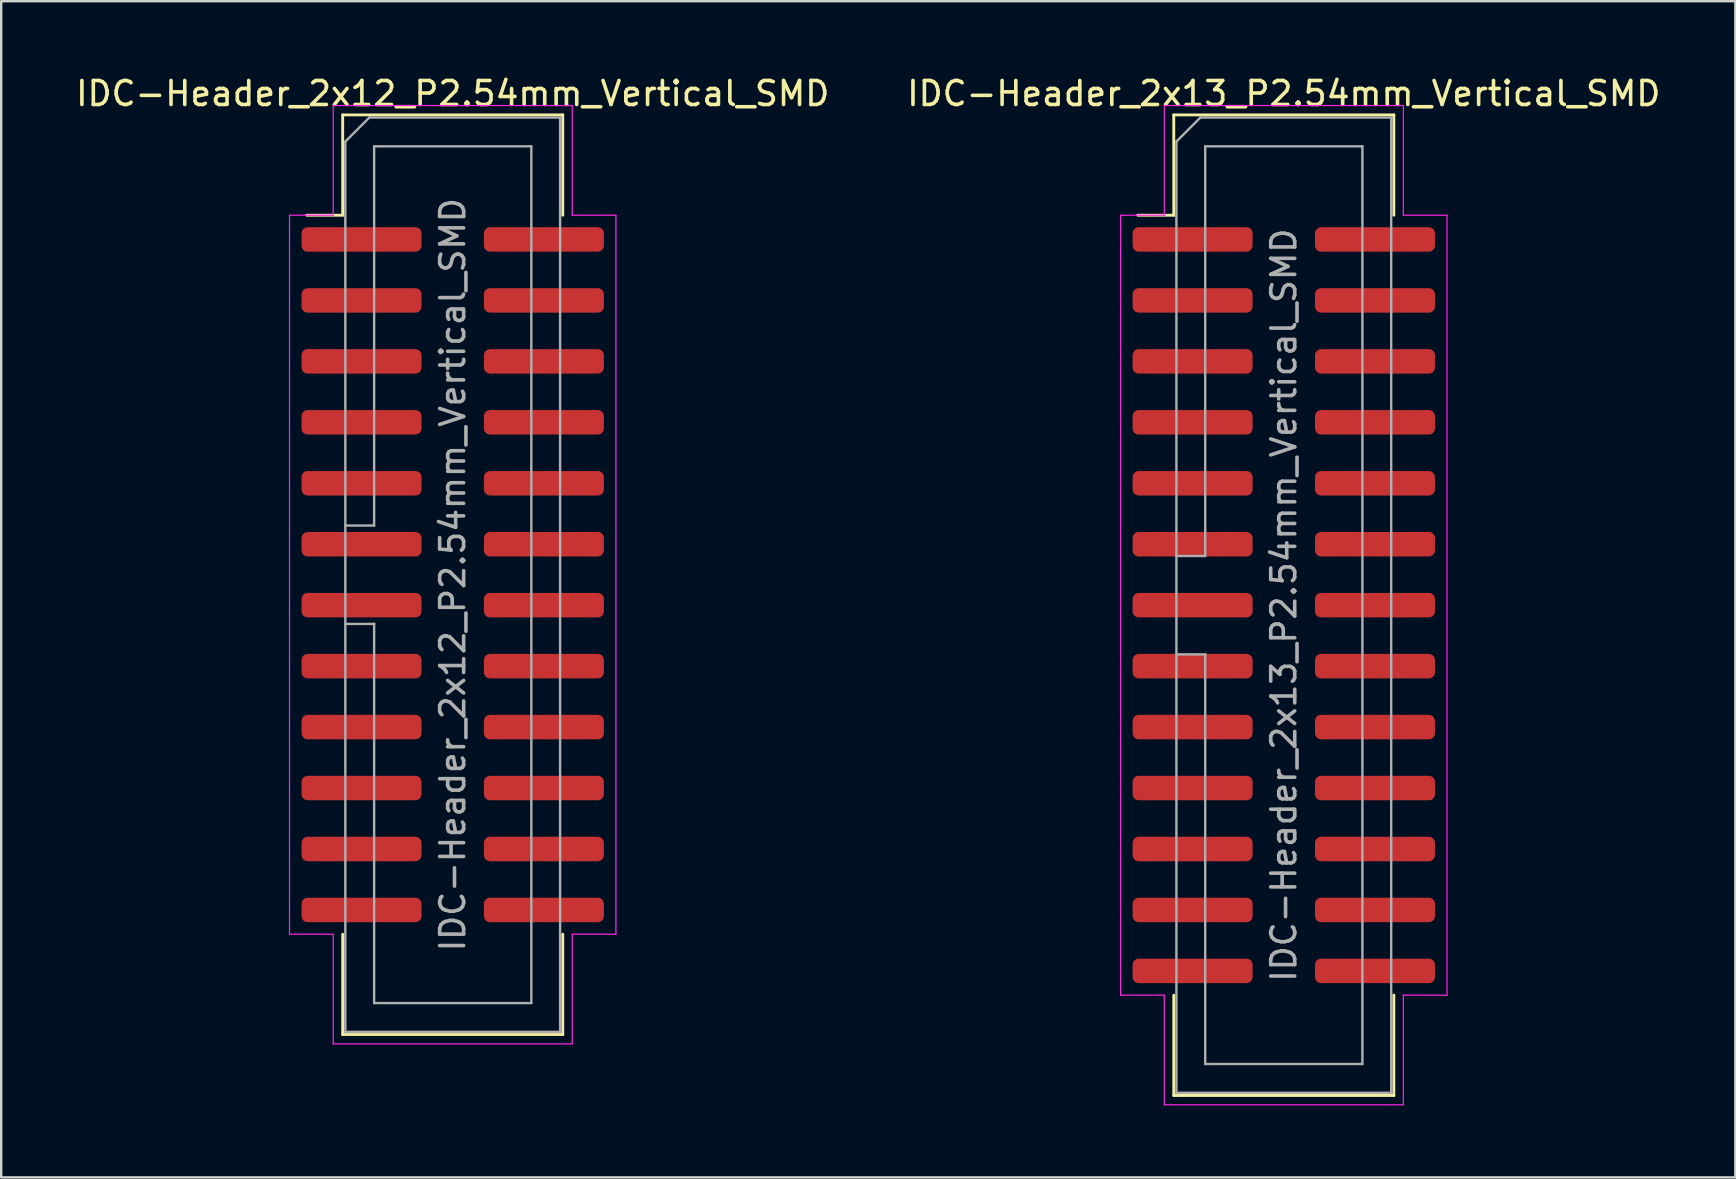
<source format=kicad_pcb>
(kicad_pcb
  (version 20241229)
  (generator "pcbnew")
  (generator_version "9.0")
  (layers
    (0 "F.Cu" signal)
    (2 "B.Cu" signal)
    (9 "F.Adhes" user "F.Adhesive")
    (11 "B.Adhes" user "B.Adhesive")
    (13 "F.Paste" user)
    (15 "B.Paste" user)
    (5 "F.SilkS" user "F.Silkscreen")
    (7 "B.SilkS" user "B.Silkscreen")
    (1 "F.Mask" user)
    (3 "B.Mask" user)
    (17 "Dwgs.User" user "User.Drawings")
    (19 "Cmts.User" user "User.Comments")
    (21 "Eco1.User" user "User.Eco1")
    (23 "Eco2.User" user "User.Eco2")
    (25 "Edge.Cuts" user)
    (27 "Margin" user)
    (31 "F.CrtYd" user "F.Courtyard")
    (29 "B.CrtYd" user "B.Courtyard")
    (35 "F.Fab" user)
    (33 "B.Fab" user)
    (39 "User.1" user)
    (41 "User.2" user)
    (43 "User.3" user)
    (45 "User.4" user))
  (footprint "IDC-Header_2x12_P2.54mm_Vertical_SMD"
    (layer "F.Cu")
    (at 15.815 20.898)
    (property "Reference" "IDC-Header_2x12_P2.54mm_Vertical_SMD" (at 0 -20.05 0) (layer "F.SilkS") (effects (font (size 1 1) (thickness 0.15))))
    (attr smd)
    (fp_line (start -4.585 -19.16) (end 4.585 -19.16) (stroke (width 0.12) (type solid)) (layer "F.SilkS"))
    (fp_line (start -4.585 -14.98) (end -6.085 -14.98) (stroke (width 0.12) (type solid)) (layer "F.SilkS"))
    (fp_line (start -4.585 -14.98) (end -4.585 -19.16) (stroke (width 0.12) (type solid)) (layer "F.SilkS"))
    (fp_line (start -4.585 14.98) (end -4.585 19.16) (stroke (width 0.12) (type solid)) (layer "F.SilkS"))
    (fp_line (start -4.585 19.16) (end 4.585 19.16) (stroke (width 0.12) (type solid)) (layer "F.SilkS"))
    (fp_line (start 4.585 -19.16) (end 4.585 -14.98) (stroke (width 0.12) (type solid)) (layer "F.SilkS"))
    (fp_line (start 4.585 19.16) (end 4.585 14.98) (stroke (width 0.12) (type solid)) (layer "F.SilkS"))
    (fp_line (start -6.8 -14.98) (end -6.8 14.98) (stroke (width 0.05) (type solid)) (layer "F.CrtYd"))
    (fp_line (start -6.8 14.98) (end -4.98 14.98) (stroke (width 0.05) (type solid)) (layer "F.CrtYd"))
    (fp_line (start -4.98 -19.55) (end -4.98 -14.98) (stroke (width 0.05) (type solid)) (layer "F.CrtYd"))
    (fp_line (start -4.98 -14.98) (end -6.8 -14.98) (stroke (width 0.05) (type solid)) (layer "F.CrtYd"))
    (fp_line (start -4.98 14.98) (end -4.98 19.55) (stroke (width 0.05) (type solid)) (layer "F.CrtYd"))
    (fp_line (start -4.98 19.55) (end 4.98 19.55) (stroke (width 0.05) (type solid)) (layer "F.CrtYd"))
    (fp_line (start 4.98 -19.55) (end -4.98 -19.55) (stroke (width 0.05) (type solid)) (layer "F.CrtYd"))
    (fp_line (start 4.98 -14.98) (end 4.98 -19.55) (stroke (width 0.05) (type solid)) (layer "F.CrtYd"))
    (fp_line (start 4.98 14.98) (end 6.8 14.98) (stroke (width 0.05) (type solid)) (layer "F.CrtYd"))
    (fp_line (start 4.98 19.55) (end 4.98 14.98) (stroke (width 0.05) (type solid)) (layer "F.CrtYd"))
    (fp_line (start 6.8 -14.98) (end 4.98 -14.98) (stroke (width 0.05) (type solid)) (layer "F.CrtYd"))
    (fp_line (start 6.8 14.98) (end 6.8 -14.98) (stroke (width 0.05) (type solid)) (layer "F.CrtYd"))
    (fp_line (start -4.475 -18.05) (end -3.475 -19.05) (stroke (width 0.1) (type solid)) (layer "F.Fab"))
    (fp_line (start -4.475 -2.05) (end -3.275 -2.05) (stroke (width 0.1) (type solid)) (layer "F.Fab"))
    (fp_line (start -4.475 19.05) (end -4.475 -18.05) (stroke (width 0.1) (type solid)) (layer "F.Fab"))
    (fp_line (start -3.475 -19.05) (end 4.475 -19.05) (stroke (width 0.1) (type solid)) (layer "F.Fab"))
    (fp_line (start -3.275 -17.85) (end 3.275 -17.85) (stroke (width 0.1) (type solid)) (layer "F.Fab"))
    (fp_line (start -3.275 -2.05) (end -3.275 -17.85) (stroke (width 0.1) (type solid)) (layer "F.Fab"))
    (fp_line (start -3.275 2.05) (end -4.475 2.05) (stroke (width 0.1) (type solid)) (layer "F.Fab"))
    (fp_line (start -3.275 2.05) (end -3.275 2.05) (stroke (width 0.1) (type solid)) (layer "F.Fab"))
    (fp_line (start -3.275 17.85) (end -3.275 2.05) (stroke (width 0.1) (type solid)) (layer "F.Fab"))
    (fp_line (start 3.275 -17.85) (end 3.275 17.85) (stroke (width 0.1) (type solid)) (layer "F.Fab"))
    (fp_line (start 3.275 17.85) (end -3.275 17.85) (stroke (width 0.1) (type solid)) (layer "F.Fab"))
    (fp_line (start 4.475 -19.05) (end 4.475 19.05) (stroke (width 0.1) (type solid)) (layer "F.Fab"))
    (fp_line (start 4.475 19.05) (end -4.475 19.05) (stroke (width 0.1) (type solid)) (layer "F.Fab"))
    (fp_text user "${REFERENCE}" (at 0 0 90) (layer "F.Fab") (effects (font (size 1 1) (thickness 0.15))))
    (pad "1" smd roundrect (at -3.8 -13.97) (size 5 1.02) (layers "F.Cu" "F.Mask" "F.Paste") (roundrect_rratio 0.245))
    (pad "2" smd roundrect (at 3.8 -13.97) (size 5 1.02) (layers "F.Cu" "F.Mask" "F.Paste") (roundrect_rratio 0.245))
    (pad "3" smd roundrect (at -3.8 -11.43) (size 5 1.02) (layers "F.Cu" "F.Mask" "F.Paste") (roundrect_rratio 0.245))
    (pad "4" smd roundrect (at 3.8 -11.43) (size 5 1.02) (layers "F.Cu" "F.Mask" "F.Paste") (roundrect_rratio 0.245))
    (pad "5" smd roundrect (at -3.8 -8.89) (size 5 1.02) (layers "F.Cu" "F.Mask" "F.Paste") (roundrect_rratio 0.245))
    (pad "6" smd roundrect (at 3.8 -8.89) (size 5 1.02) (layers "F.Cu" "F.Mask" "F.Paste") (roundrect_rratio 0.245))
    (pad "7" smd roundrect (at -3.8 -6.35) (size 5 1.02) (layers "F.Cu" "F.Mask" "F.Paste") (roundrect_rratio 0.245))
    (pad "8" smd roundrect (at 3.8 -6.35) (size 5 1.02) (layers "F.Cu" "F.Mask" "F.Paste") (roundrect_rratio 0.245))
    (pad "9" smd roundrect (at -3.8 -3.81) (size 5 1.02) (layers "F.Cu" "F.Mask" "F.Paste") (roundrect_rratio 0.245))
    (pad "10" smd roundrect (at 3.8 -3.81) (size 5 1.02) (layers "F.Cu" "F.Mask" "F.Paste") (roundrect_rratio 0.245))
    (pad "11" smd roundrect (at -3.8 -1.27) (size 5 1.02) (layers "F.Cu" "F.Mask" "F.Paste") (roundrect_rratio 0.245))
    (pad "12" smd roundrect (at 3.8 -1.27) (size 5 1.02) (layers "F.Cu" "F.Mask" "F.Paste") (roundrect_rratio 0.245))
    (pad "13" smd roundrect (at -3.8 1.27) (size 5 1.02) (layers "F.Cu" "F.Mask" "F.Paste") (roundrect_rratio 0.245))
    (pad "14" smd roundrect (at 3.8 1.27) (size 5 1.02) (layers "F.Cu" "F.Mask" "F.Paste") (roundrect_rratio 0.245))
    (pad "15" smd roundrect (at -3.8 3.81) (size 5 1.02) (layers "F.Cu" "F.Mask" "F.Paste") (roundrect_rratio 0.245))
    (pad "16" smd roundrect (at 3.8 3.81) (size 5 1.02) (layers "F.Cu" "F.Mask" "F.Paste") (roundrect_rratio 0.245))
    (pad "17" smd roundrect (at -3.8 6.35) (size 5 1.02) (layers "F.Cu" "F.Mask" "F.Paste") (roundrect_rratio 0.245))
    (pad "18" smd roundrect (at 3.8 6.35) (size 5 1.02) (layers "F.Cu" "F.Mask" "F.Paste") (roundrect_rratio 0.245))
    (pad "19" smd roundrect (at -3.8 8.89) (size 5 1.02) (layers "F.Cu" "F.Mask" "F.Paste") (roundrect_rratio 0.245))
    (pad "20" smd roundrect (at 3.8 8.89) (size 5 1.02) (layers "F.Cu" "F.Mask" "F.Paste") (roundrect_rratio 0.245))
    (pad "21" smd roundrect (at -3.8 11.43) (size 5 1.02) (layers "F.Cu" "F.Mask" "F.Paste") (roundrect_rratio 0.245))
    (pad "22" smd roundrect (at 3.8 11.43) (size 5 1.02) (layers "F.Cu" "F.Mask" "F.Paste") (roundrect_rratio 0.245))
    (pad "23" smd roundrect (at -3.8 13.97) (size 5 1.02) (layers "F.Cu" "F.Mask" "F.Paste") (roundrect_rratio 0.245))
    (pad "24" smd roundrect (at 3.8 13.97) (size 5 1.02) (layers "F.Cu" "F.Mask" "F.Paste") (roundrect_rratio 0.245)))
  (footprint "IDC-Header_2x13_P2.54mm_Vertical_SMD"
    (layer "F.Cu")
    (at 50.446 22.168)
    (property "Reference" "IDC-Header_2x13_P2.54mm_Vertical_SMD" (at 0 -21.32 0) (layer "F.SilkS") (effects (font (size 1 1) (thickness 0.15))))
    (attr smd)
    (fp_line (start -4.585 -20.43) (end 4.585 -20.43) (stroke (width 0.12) (type solid)) (layer "F.SilkS"))
    (fp_line (start -4.585 -16.25) (end -6.085 -16.25) (stroke (width 0.12) (type solid)) (layer "F.SilkS"))
    (fp_line (start -4.585 -16.25) (end -4.585 -20.43) (stroke (width 0.12) (type solid)) (layer "F.SilkS"))
    (fp_line (start -4.585 16.25) (end -4.585 20.43) (stroke (width 0.12) (type solid)) (layer "F.SilkS"))
    (fp_line (start -4.585 20.43) (end 4.585 20.43) (stroke (width 0.12) (type solid)) (layer "F.SilkS"))
    (fp_line (start 4.585 -20.43) (end 4.585 -16.25) (stroke (width 0.12) (type solid)) (layer "F.SilkS"))
    (fp_line (start 4.585 20.43) (end 4.585 16.25) (stroke (width 0.12) (type solid)) (layer "F.SilkS"))
    (fp_line (start -6.8 -16.25) (end -6.8 16.25) (stroke (width 0.05) (type solid)) (layer "F.CrtYd"))
    (fp_line (start -6.8 16.25) (end -4.98 16.25) (stroke (width 0.05) (type solid)) (layer "F.CrtYd"))
    (fp_line (start -4.98 -20.82) (end -4.98 -16.25) (stroke (width 0.05) (type solid)) (layer "F.CrtYd"))
    (fp_line (start -4.98 -16.25) (end -6.8 -16.25) (stroke (width 0.05) (type solid)) (layer "F.CrtYd"))
    (fp_line (start -4.98 16.25) (end -4.98 20.82) (stroke (width 0.05) (type solid)) (layer "F.CrtYd"))
    (fp_line (start -4.98 20.82) (end 4.98 20.82) (stroke (width 0.05) (type solid)) (layer "F.CrtYd"))
    (fp_line (start 4.98 -20.82) (end -4.98 -20.82) (stroke (width 0.05) (type solid)) (layer "F.CrtYd"))
    (fp_line (start 4.98 -16.25) (end 4.98 -20.82) (stroke (width 0.05) (type solid)) (layer "F.CrtYd"))
    (fp_line (start 4.98 16.25) (end 6.8 16.25) (stroke (width 0.05) (type solid)) (layer "F.CrtYd"))
    (fp_line (start 4.98 20.82) (end 4.98 16.25) (stroke (width 0.05) (type solid)) (layer "F.CrtYd"))
    (fp_line (start 6.8 -16.25) (end 4.98 -16.25) (stroke (width 0.05) (type solid)) (layer "F.CrtYd"))
    (fp_line (start 6.8 16.25) (end 6.8 -16.25) (stroke (width 0.05) (type solid)) (layer "F.CrtYd"))
    (fp_line (start -4.475 -19.32) (end -3.475 -20.32) (stroke (width 0.1) (type solid)) (layer "F.Fab"))
    (fp_line (start -4.475 -2.05) (end -3.275 -2.05) (stroke (width 0.1) (type solid)) (layer "F.Fab"))
    (fp_line (start -4.475 20.32) (end -4.475 -19.32) (stroke (width 0.1) (type solid)) (layer "F.Fab"))
    (fp_line (start -3.475 -20.32) (end 4.475 -20.32) (stroke (width 0.1) (type solid)) (layer "F.Fab"))
    (fp_line (start -3.275 -19.12) (end 3.275 -19.12) (stroke (width 0.1) (type solid)) (layer "F.Fab"))
    (fp_line (start -3.275 -2.05) (end -3.275 -19.12) (stroke (width 0.1) (type solid)) (layer "F.Fab"))
    (fp_line (start -3.275 2.05) (end -4.475 2.05) (stroke (width 0.1) (type solid)) (layer "F.Fab"))
    (fp_line (start -3.275 2.05) (end -3.275 2.05) (stroke (width 0.1) (type solid)) (layer "F.Fab"))
    (fp_line (start -3.275 19.12) (end -3.275 2.05) (stroke (width 0.1) (type solid)) (layer "F.Fab"))
    (fp_line (start 3.275 -19.12) (end 3.275 19.12) (stroke (width 0.1) (type solid)) (layer "F.Fab"))
    (fp_line (start 3.275 19.12) (end -3.275 19.12) (stroke (width 0.1) (type solid)) (layer "F.Fab"))
    (fp_line (start 4.475 -20.32) (end 4.475 20.32) (stroke (width 0.1) (type solid)) (layer "F.Fab"))
    (fp_line (start 4.475 20.32) (end -4.475 20.32) (stroke (width 0.1) (type solid)) (layer "F.Fab"))
    (fp_text user "${REFERENCE}" (at 0 0 90) (layer "F.Fab") (effects (font (size 1 1) (thickness 0.15))))
    (pad "1" smd roundrect (at -3.8 -15.24) (size 5 1.02) (layers "F.Cu" "F.Mask" "F.Paste") (roundrect_rratio 0.245))
    (pad "2" smd roundrect (at 3.8 -15.24) (size 5 1.02) (layers "F.Cu" "F.Mask" "F.Paste") (roundrect_rratio 0.245))
    (pad "3" smd roundrect (at -3.8 -12.7) (size 5 1.02) (layers "F.Cu" "F.Mask" "F.Paste") (roundrect_rratio 0.245))
    (pad "4" smd roundrect (at 3.8 -12.7) (size 5 1.02) (layers "F.Cu" "F.Mask" "F.Paste") (roundrect_rratio 0.245))
    (pad "5" smd roundrect (at -3.8 -10.16) (size 5 1.02) (layers "F.Cu" "F.Mask" "F.Paste") (roundrect_rratio 0.245))
    (pad "6" smd roundrect (at 3.8 -10.16) (size 5 1.02) (layers "F.Cu" "F.Mask" "F.Paste") (roundrect_rratio 0.245))
    (pad "7" smd roundrect (at -3.8 -7.62) (size 5 1.02) (layers "F.Cu" "F.Mask" "F.Paste") (roundrect_rratio 0.245))
    (pad "8" smd roundrect (at 3.8 -7.62) (size 5 1.02) (layers "F.Cu" "F.Mask" "F.Paste") (roundrect_rratio 0.245))
    (pad "9" smd roundrect (at -3.8 -5.08) (size 5 1.02) (layers "F.Cu" "F.Mask" "F.Paste") (roundrect_rratio 0.245))
    (pad "10" smd roundrect (at 3.8 -5.08) (size 5 1.02) (layers "F.Cu" "F.Mask" "F.Paste") (roundrect_rratio 0.245))
    (pad "11" smd roundrect (at -3.8 -2.54) (size 5 1.02) (layers "F.Cu" "F.Mask" "F.Paste") (roundrect_rratio 0.245))
    (pad "12" smd roundrect (at 3.8 -2.54) (size 5 1.02) (layers "F.Cu" "F.Mask" "F.Paste") (roundrect_rratio 0.245))
    (pad "13" smd roundrect (at -3.8 0) (size 5 1.02) (layers "F.Cu" "F.Mask" "F.Paste") (roundrect_rratio 0.245))
    (pad "14" smd roundrect (at 3.8 0) (size 5 1.02) (layers "F.Cu" "F.Mask" "F.Paste") (roundrect_rratio 0.245))
    (pad "15" smd roundrect (at -3.8 2.54) (size 5 1.02) (layers "F.Cu" "F.Mask" "F.Paste") (roundrect_rratio 0.245))
    (pad "16" smd roundrect (at 3.8 2.54) (size 5 1.02) (layers "F.Cu" "F.Mask" "F.Paste") (roundrect_rratio 0.245))
    (pad "17" smd roundrect (at -3.8 5.08) (size 5 1.02) (layers "F.Cu" "F.Mask" "F.Paste") (roundrect_rratio 0.245))
    (pad "18" smd roundrect (at 3.8 5.08) (size 5 1.02) (layers "F.Cu" "F.Mask" "F.Paste") (roundrect_rratio 0.245))
    (pad "19" smd roundrect (at -3.8 7.62) (size 5 1.02) (layers "F.Cu" "F.Mask" "F.Paste") (roundrect_rratio 0.245))
    (pad "20" smd roundrect (at 3.8 7.62) (size 5 1.02) (layers "F.Cu" "F.Mask" "F.Paste") (roundrect_rratio 0.245))
    (pad "21" smd roundrect (at -3.8 10.16) (size 5 1.02) (layers "F.Cu" "F.Mask" "F.Paste") (roundrect_rratio 0.245))
    (pad "22" smd roundrect (at 3.8 10.16) (size 5 1.02) (layers "F.Cu" "F.Mask" "F.Paste") (roundrect_rratio 0.245))
    (pad "23" smd roundrect (at -3.8 12.7) (size 5 1.02) (layers "F.Cu" "F.Mask" "F.Paste") (roundrect_rratio 0.245))
    (pad "24" smd roundrect (at 3.8 12.7) (size 5 1.02) (layers "F.Cu" "F.Mask" "F.Paste") (roundrect_rratio 0.245))
    (pad "25" smd roundrect (at -3.8 15.24) (size 5 1.02) (layers "F.Cu" "F.Mask" "F.Paste") (roundrect_rratio 0.245))
    (pad "26" smd roundrect (at 3.8 15.24) (size 5 1.02) (layers "F.Cu" "F.Mask" "F.Paste") (roundrect_rratio 0.245)))
  (gr_rect
    (start -3 -3)
    (end 69.262 46.013)
    (stroke (width 0.1) (type default))
    (fill no)
    (layer "Edge.Cuts")))
</source>
